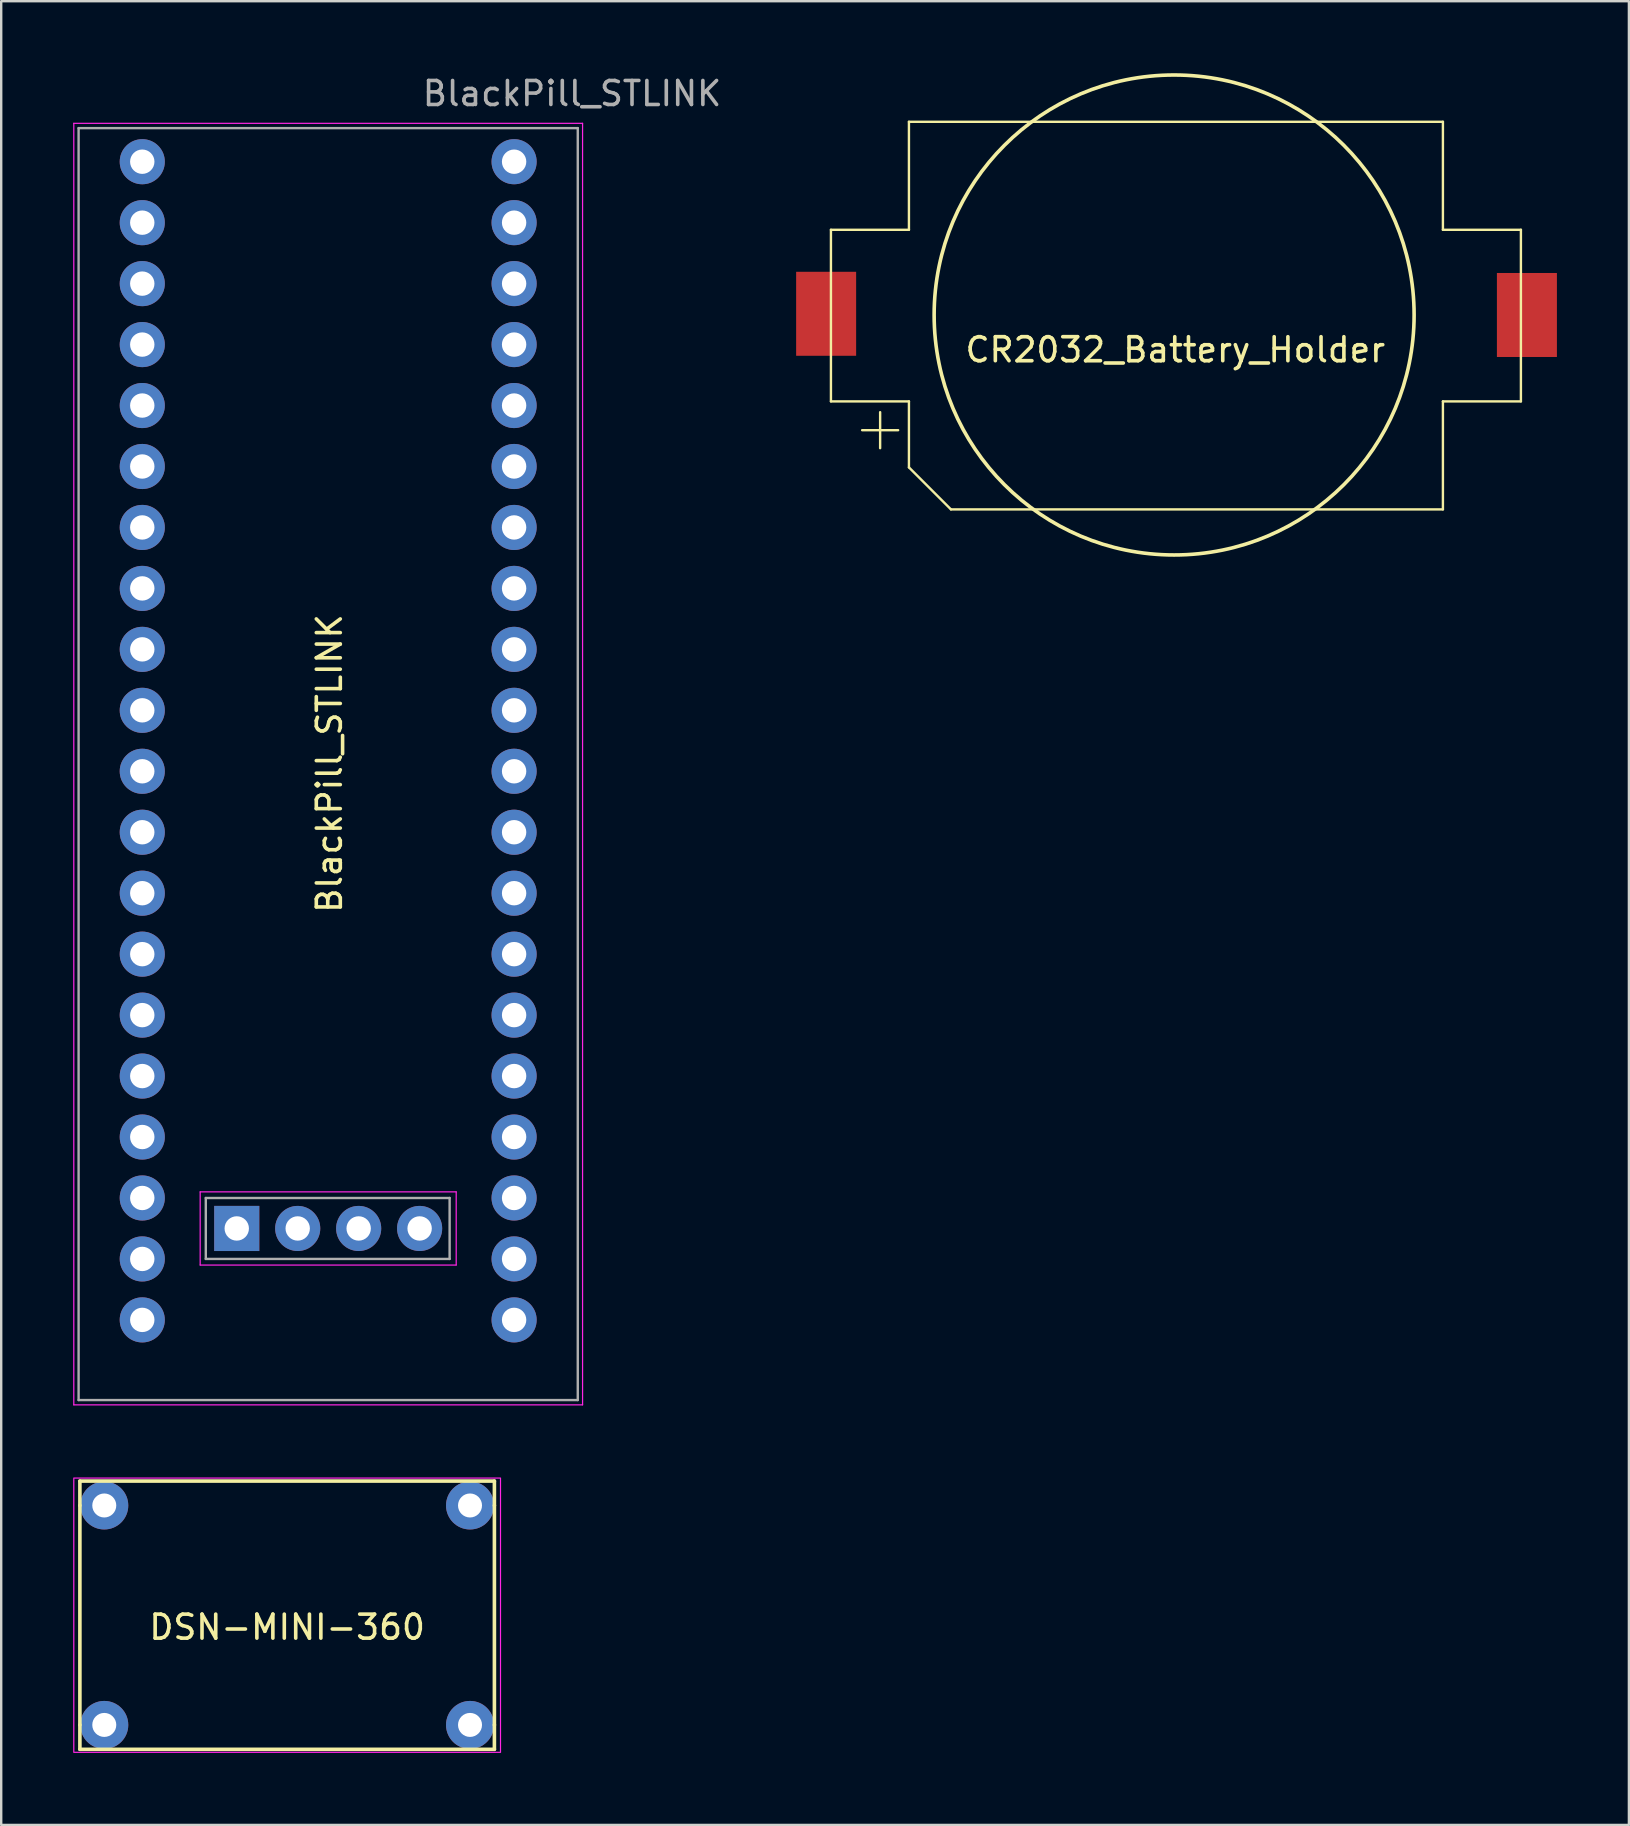
<source format=kicad_pcb>
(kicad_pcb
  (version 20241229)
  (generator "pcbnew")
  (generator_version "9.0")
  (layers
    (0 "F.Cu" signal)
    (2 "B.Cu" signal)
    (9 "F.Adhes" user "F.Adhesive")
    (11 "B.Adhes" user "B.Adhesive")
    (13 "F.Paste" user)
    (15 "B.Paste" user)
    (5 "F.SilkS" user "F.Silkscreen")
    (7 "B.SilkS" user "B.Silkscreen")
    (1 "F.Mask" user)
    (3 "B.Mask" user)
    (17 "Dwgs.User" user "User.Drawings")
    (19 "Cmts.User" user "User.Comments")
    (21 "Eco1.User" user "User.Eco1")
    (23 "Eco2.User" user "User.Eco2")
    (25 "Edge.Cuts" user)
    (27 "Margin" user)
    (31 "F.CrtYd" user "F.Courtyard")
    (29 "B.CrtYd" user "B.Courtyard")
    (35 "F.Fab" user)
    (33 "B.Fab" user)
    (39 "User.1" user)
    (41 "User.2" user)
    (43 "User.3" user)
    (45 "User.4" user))
  (footprint "DSN-MINI-360"
    (layer "F.Cu")
    (at 8.915 64.253)
    (property "Reference" "DSN-MINI-360" (at 0 0.5 0) (layer "F.SilkS") (effects (font (size 1 1) (thickness 0.15))))
    (attr through_hole)
    (fp_line (start -8.636 -5.588) (end -8.636 -4.572) (stroke (width 0.15) (type solid)) (layer "F.SilkS"))
    (fp_line (start -8.636 -5.588) (end 8.636 -5.588) (stroke (width 0.15) (type solid)) (layer "F.SilkS"))
    (fp_line (start -8.636 4.572) (end -8.636 -4.572) (stroke (width 0.15) (type solid)) (layer "F.SilkS"))
    (fp_line (start -8.636 4.572) (end -8.636 5.588) (stroke (width 0.15) (type solid)) (layer "F.SilkS"))
    (fp_line (start 8.636 -4.572) (end 8.636 -5.588) (stroke (width 0.15) (type solid)) (layer "F.SilkS"))
    (fp_line (start 8.636 -4.572) (end 8.636 4.572) (stroke (width 0.15) (type solid)) (layer "F.SilkS"))
    (fp_line (start 8.636 5.588) (end -8.636 5.588) (stroke (width 0.15) (type solid)) (layer "F.SilkS"))
    (fp_line (start 8.636 5.588) (end 8.636 4.572) (stroke (width 0.15) (type solid)) (layer "F.SilkS"))
    (fp_rect (start -8.89 -5.715) (end 8.89 5.715) (stroke (width 0.05) (type default)) (fill no) (layer "F.CrtYd"))
    (pad "IN+" thru_hole circle (at -7.62 4.572) (size 2 2) (drill 1) (layers "*.Cu" "*.Mask"))
    (pad "IN-" thru_hole circle (at -7.62 -4.572) (size 2 2) (drill 1) (layers "*.Cu" "*.Mask"))
    (pad "OUT+" thru_hole circle (at 7.62 4.572) (size 2 2) (drill 1) (layers "*.Cu" "*.Mask"))
    (pad "OUT-" thru_hole circle (at 7.62 -4.572) (size 2 2) (drill 1) (layers "*.Cu" "*.Mask")))
  (footprint "CR2032_Battery_Holder"
    (layer "F.Cu")
    (at 45.874 10.075)
    (property "Reference" "CR2032_Battery_Holder" (at 0.05 1.45 0) (layer "F.SilkS") (effects (font (size 1 1) (thickness 0.15))))
    (attr through_hole)
    (fp_line (start -14.3 -3.55) (end -11.05 -3.55) (stroke (width 0.1) (type solid)) (layer "F.SilkS"))
    (fp_line (start -14.3 3.6) (end -14.3 -3.55) (stroke (width 0.1) (type solid)) (layer "F.SilkS"))
    (fp_line (start -13 4.8) (end -11.5 4.8) (stroke (width 0.1) (type solid)) (layer "F.SilkS"))
    (fp_line (start -12.25 4.05) (end -12.25 5.55) (stroke (width 0.1) (type solid)) (layer "F.SilkS"))
    (fp_line (start -11.05 -8.05) (end 11.2 -8.05) (stroke (width 0.1) (type solid)) (layer "F.SilkS"))
    (fp_line (start -11.05 -3.55) (end -11.05 -8.05) (stroke (width 0.1) (type solid)) (layer "F.SilkS"))
    (fp_line (start -11.05 3.6) (end -14.3 3.6) (stroke (width 0.1) (type solid)) (layer "F.SilkS"))
    (fp_line (start -11.05 6.35) (end -11.05 3.6) (stroke (width 0.1) (type solid)) (layer "F.SilkS"))
    (fp_line (start -9.3 8.1) (end -11.05 6.35) (stroke (width 0.1) (type solid)) (layer "F.SilkS"))
    (fp_line (start 11.2 -8.05) (end 11.2 -3.55) (stroke (width 0.1) (type solid)) (layer "F.SilkS"))
    (fp_line (start 11.2 -3.55) (end 14.45 -3.55) (stroke (width 0.1) (type solid)) (layer "F.SilkS"))
    (fp_line (start 11.2 3.6) (end 11.2 8.1) (stroke (width 0.1) (type solid)) (layer "F.SilkS"))
    (fp_line (start 11.2 8.1) (end -9.3 8.1) (stroke (width 0.1) (type solid)) (layer "F.SilkS"))
    (fp_line (start 14.45 -3.55) (end 14.45 3.6) (stroke (width 0.1) (type solid)) (layer "F.SilkS"))
    (fp_line (start 14.45 3.6) (end 11.2 3.6) (stroke (width 0.1) (type solid)) (layer "F.SilkS"))
    (fp_circle (center 0 0) (end 10 0) (stroke (width 0.15) (type solid)) (fill no) (layer "F.SilkS"))
    (pad "1" smd rect (at -14.5 -0.05) (size 2.5 3.5) (layers "F.Cu" "F.Mask" "F.Paste"))
    (pad "2" smd rect (at 14.7 0) (size 2.5 3.5) (layers "F.Cu" "F.Mask" "F.Paste")))
  (footprint "BlackPill_STLINK"
    (layer "F.Cu")
    (at 10.625 28.788)
    (property "Reference" "BlackPill_STLINK" (at 0.05 -0.025 90) (layer "F.SilkS") (effects (font (size 1 1) (thickness 0.15))))
    (attr through_hole)
    (fp_line (start -10.6 -26.7) (end -10.6 26.7) (stroke (width 0.05) (type solid)) (layer "F.CrtYd"))
    (fp_line (start -10.6 26.7) (end 10.6 26.7) (stroke (width 0.05) (type solid)) (layer "F.CrtYd"))
    (fp_line (start -5.334 17.826) (end -5.334 20.874) (stroke (width 0.05) (type solid)) (layer "F.CrtYd"))
    (fp_line (start -5.334 20.874) (end 5.334 20.874) (stroke (width 0.05) (type solid)) (layer "F.CrtYd"))
    (fp_line (start 5.334 17.826) (end -5.334 17.826) (stroke (width 0.05) (type solid)) (layer "F.CrtYd"))
    (fp_line (start 5.334 20.874) (end 5.334 17.826) (stroke (width 0.05) (type solid)) (layer "F.CrtYd"))
    (fp_line (start 10.6 -26.7) (end -10.6 -26.7) (stroke (width 0.05) (type solid)) (layer "F.CrtYd"))
    (fp_line (start 10.6 26.7) (end 10.6 -26.7) (stroke (width 0.05) (type solid)) (layer "F.CrtYd"))
    (fp_line (start -10.4 -26.5) (end -10.4 26.5) (stroke (width 0.1) (type solid)) (layer "F.Fab"))
    (fp_line (start -10.4 26.5) (end 10.4 26.5) (stroke (width 0.1) (type solid)) (layer "F.Fab"))
    (fp_line (start -5.1 18.08) (end 5.06 18.08) (stroke (width 0.1) (type solid)) (layer "F.Fab"))
    (fp_line (start -5.1 20.62) (end -5.1 18.08) (stroke (width 0.1) (type solid)) (layer "F.Fab"))
    (fp_line (start 5.06 18.08) (end 5.06 20.62) (stroke (width 0.1) (type solid)) (layer "F.Fab"))
    (fp_line (start 5.06 20.62) (end -5.1 20.62) (stroke (width 0.1) (type solid)) (layer "F.Fab"))
    (fp_line (start 10.4 -26.5) (end -10.4 -26.5) (stroke (width 0.1) (type solid)) (layer "F.Fab"))
    (fp_line (start 10.4 26.5) (end 10.4 -26.5) (stroke (width 0.1) (type solid)) (layer "F.Fab"))
    (fp_text user "${REFERENCE}" (at 10.16 -27.94 180) (layer "F.Fab") (effects (font (size 1 1) (thickness 0.15))))
    (pad "1" thru_hole circle (at -7.747 -25.1 270) (size 1.88 1.88) (drill 1.016) (layers "*.Cu" "*.Mask"))
    (pad "2" thru_hole circle (at -7.747 -22.56 270) (size 1.88 1.88) (drill 1.016) (layers "*.Cu" "*.Mask"))
    (pad "3" thru_hole circle (at -7.747 -20.02 270) (size 1.88 1.88) (drill 1.016) (layers "*.Cu" "*.Mask"))
    (pad "4" thru_hole circle (at -7.747 -17.48 270) (size 1.88 1.88) (drill 1.016) (layers "*.Cu" "*.Mask"))
    (pad "5" thru_hole circle (at -7.747 -14.94 270) (size 1.88 1.88) (drill 1.016) (layers "*.Cu" "*.Mask"))
    (pad "6" thru_hole circle (at -7.747 -12.4 270) (size 1.88 1.88) (drill 1.016) (layers "*.Cu" "*.Mask"))
    (pad "7" thru_hole circle (at -7.747 -9.86 270) (size 1.88 1.88) (drill 1.016) (layers "*.Cu" "*.Mask"))
    (pad "8" thru_hole circle (at -7.747 -7.32 270) (size 1.88 1.88) (drill 1.016) (layers "*.Cu" "*.Mask"))
    (pad "9" thru_hole circle (at -7.747 -4.78 270) (size 1.88 1.88) (drill 1.016) (layers "*.Cu" "*.Mask"))
    (pad "10" thru_hole circle (at -7.747 -2.24 270) (size 1.88 1.88) (drill 1.016) (layers "*.Cu" "*.Mask"))
    (pad "11" thru_hole circle (at -7.747 0.3 270) (size 1.88 1.88) (drill 1.016) (layers "*.Cu" "*.Mask"))
    (pad "12" thru_hole circle (at -7.747 2.84 270) (size 1.88 1.88) (drill 1.016) (layers "*.Cu" "*.Mask"))
    (pad "13" thru_hole circle (at -7.747 5.38 270) (size 1.88 1.88) (drill 1.016) (layers "*.Cu" "*.Mask"))
    (pad "14" thru_hole circle (at -7.747 7.92 270) (size 1.88 1.88) (drill 1.016) (layers "*.Cu" "*.Mask"))
    (pad "15" thru_hole circle (at -7.747 10.46 270) (size 1.88 1.88) (drill 1.016) (layers "*.Cu" "*.Mask"))
    (pad "16" thru_hole circle (at -7.747 13 270) (size 1.88 1.88) (drill 1.016) (layers "*.Cu" "*.Mask"))
    (pad "17" thru_hole circle (at -7.747 15.54 270) (size 1.88 1.88) (drill 1.016) (layers "*.Cu" "*.Mask"))
    (pad "18" thru_hole circle (at -7.747 18.08 270) (size 1.88 1.88) (drill 1.016) (layers "*.Cu" "*.Mask"))
    (pad "19" thru_hole circle (at -7.747 20.62 270) (size 1.88 1.88) (drill 1.016) (layers "*.Cu" "*.Mask"))
    (pad "20" thru_hole circle (at -7.747 23.16 270) (size 1.88 1.88) (drill 1.016) (layers "*.Cu" "*.Mask"))
    (pad "21" thru_hole circle (at 7.747 23.16 90) (size 1.88 1.88) (drill 1.016) (layers "*.Cu" "*.Mask"))
    (pad "22" thru_hole circle (at 7.747 20.62 90) (size 1.88 1.88) (drill 1.016) (layers "*.Cu" "*.Mask"))
    (pad "23" thru_hole circle (at 7.747 18.08 90) (size 1.88 1.88) (drill 1.016) (layers "*.Cu" "*.Mask"))
    (pad "24" thru_hole circle (at 7.747 15.54 90) (size 1.88 1.88) (drill 1.016) (layers "*.Cu" "*.Mask"))
    (pad "25" thru_hole circle (at 7.747 13 90) (size 1.88 1.88) (drill 1.016) (layers "*.Cu" "*.Mask"))
    (pad "26" thru_hole circle (at 7.747 10.46 90) (size 1.88 1.88) (drill 1.016) (layers "*.Cu" "*.Mask"))
    (pad "27" thru_hole circle (at 7.747 7.92 90) (size 1.88 1.88) (drill 1.016) (layers "*.Cu" "*.Mask"))
    (pad "28" thru_hole circle (at 7.747 5.38 90) (size 1.88 1.88) (drill 1.016) (layers "*.Cu" "*.Mask"))
    (pad "29" thru_hole circle (at 7.747 2.84 90) (size 1.88 1.88) (drill 1.016) (layers "*.Cu" "*.Mask"))
    (pad "30" thru_hole circle (at 7.747 0.3 90) (size 1.88 1.88) (drill 1.016) (layers "*.Cu" "*.Mask"))
    (pad "31" thru_hole circle (at 7.747 -2.24 90) (size 1.88 1.88) (drill 1.016) (layers "*.Cu" "*.Mask"))
    (pad "32" thru_hole circle (at 7.747 -4.78 90) (size 1.88 1.88) (drill 1.016) (layers "*.Cu" "*.Mask"))
    (pad "33" thru_hole circle (at 7.747 -7.32 90) (size 1.88 1.88) (drill 1.016) (layers "*.Cu" "*.Mask"))
    (pad "34" thru_hole circle (at 7.747 -9.86 90) (size 1.88 1.88) (drill 1.016) (layers "*.Cu" "*.Mask"))
    (pad "35" thru_hole circle (at 7.747 -12.4 90) (size 1.88 1.88) (drill 1.016) (layers "*.Cu" "*.Mask"))
    (pad "36" thru_hole circle (at 7.747 -14.94 90) (size 1.88 1.88) (drill 1.016) (layers "*.Cu" "*.Mask"))
    (pad "37" thru_hole circle (at 7.747 -17.48 90) (size 1.88 1.88) (drill 1.016) (layers "*.Cu" "*.Mask"))
    (pad "38" thru_hole circle (at 7.747 -20.02 90) (size 1.88 1.88) (drill 1.016) (layers "*.Cu" "*.Mask"))
    (pad "39" thru_hole circle (at 7.747 -22.56 90) (size 1.88 1.88) (drill 1.016) (layers "*.Cu" "*.Mask"))
    (pad "40" thru_hole circle (at 7.747 -25.1 90) (size 1.88 1.88) (drill 1.016) (layers "*.Cu" "*.Mask"))
    (pad "41" thru_hole rect (at -3.81 19.35 90) (size 1.88 1.88) (drill 1.016) (layers "*.Cu" "*.Mask"))
    (pad "42" thru_hole circle (at -1.27 19.35 90) (size 1.88 1.88) (drill 1.016) (layers "*.Cu" "*.Mask"))
    (pad "43" thru_hole circle (at 1.27 19.35 90) (size 1.88 1.88) (drill 1.016) (layers "*.Cu" "*.Mask"))
    (pad "44" thru_hole circle (at 3.81 19.35 90) (size 1.88 1.88) (drill 1.016) (layers "*.Cu" "*.Mask")))
  (gr_rect
    (start -3 -3)
    (end 64.824 72.993)
    (stroke (width 0.1) (type default))
    (fill no)
    (layer "Edge.Cuts")))
</source>
